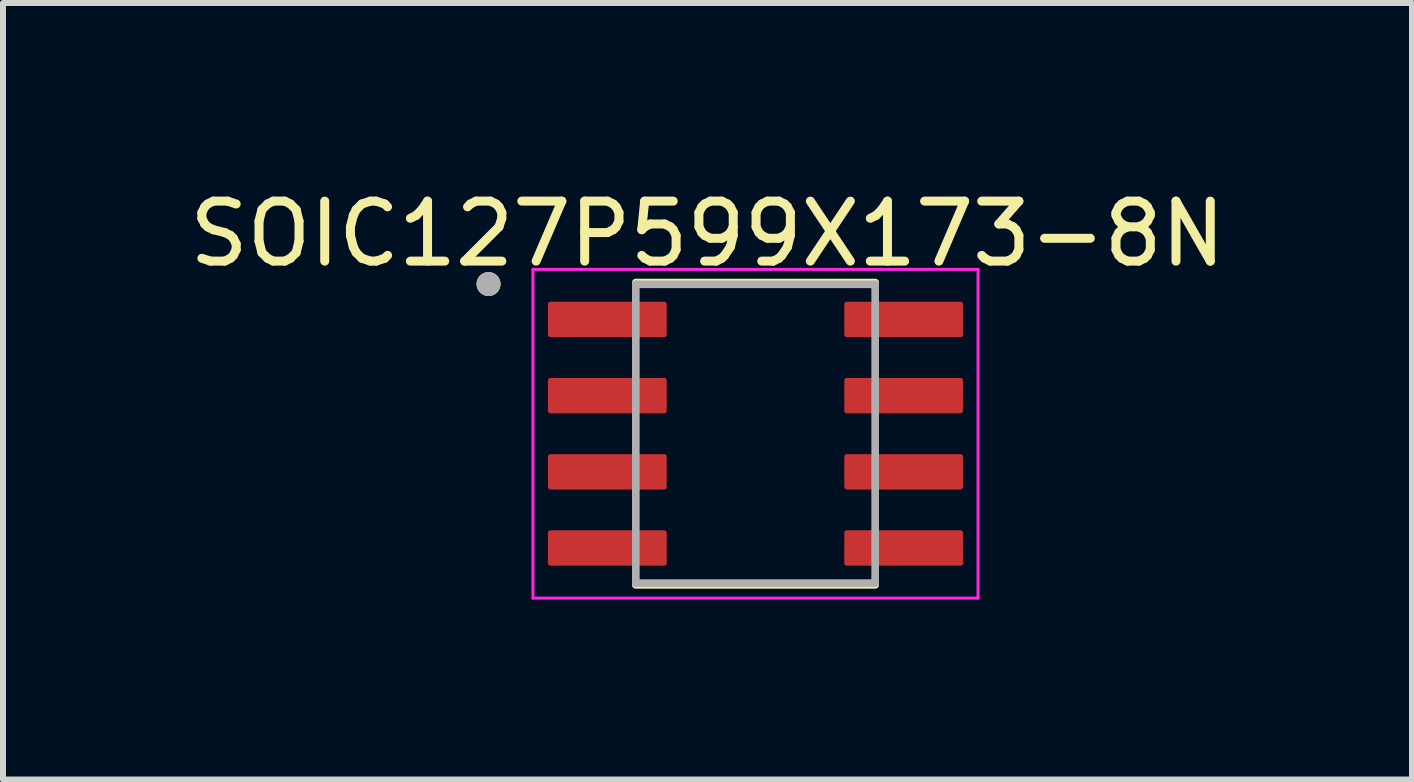
<source format=kicad_pcb>
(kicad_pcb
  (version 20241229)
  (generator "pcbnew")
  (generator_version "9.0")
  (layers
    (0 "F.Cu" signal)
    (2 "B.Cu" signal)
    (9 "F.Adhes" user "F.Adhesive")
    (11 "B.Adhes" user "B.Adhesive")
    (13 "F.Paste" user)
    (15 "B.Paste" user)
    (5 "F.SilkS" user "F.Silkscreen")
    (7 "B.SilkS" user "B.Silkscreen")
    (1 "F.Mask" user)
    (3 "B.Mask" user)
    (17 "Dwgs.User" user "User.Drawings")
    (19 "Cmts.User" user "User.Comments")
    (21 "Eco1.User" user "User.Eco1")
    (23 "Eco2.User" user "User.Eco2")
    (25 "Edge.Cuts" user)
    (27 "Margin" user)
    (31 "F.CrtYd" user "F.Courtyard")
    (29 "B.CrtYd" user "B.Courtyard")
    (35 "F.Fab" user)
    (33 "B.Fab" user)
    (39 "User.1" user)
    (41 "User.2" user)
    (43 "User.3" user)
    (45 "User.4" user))
  (footprint "SOIC127P599X173-8N"
    (layer "F.Cu")
    (at 9.544 4.18)
    (property "Reference" "SOIC127P599X173-8N" (at -0.8 -3.332 0) (layer "F.SilkS") (effects (font (size 1 1) (thickness 0.15))))
    (attr through_hole)
    (fp_line (start -1.995 -2.52) (end 1.995 -2.52) (stroke (width 0.127) (type solid)) (layer "F.SilkS"))
    (fp_line (start -1.995 2.52) (end 1.995 2.52) (stroke (width 0.127) (type solid)) (layer "F.SilkS"))
    (fp_circle (center -4.45 -2.495) (end -4.35 -2.495) (stroke (width 0.2) (type solid)) (fill no) (layer "F.SilkS"))
    (fp_line (start -3.71 -2.74) (end -3.71 2.74) (stroke (width 0.05) (type solid)) (layer "F.CrtYd"))
    (fp_line (start -3.71 -2.74) (end 3.71 -2.74) (stroke (width 0.05) (type solid)) (layer "F.CrtYd"))
    (fp_line (start -3.71 2.74) (end 3.71 2.74) (stroke (width 0.05) (type solid)) (layer "F.CrtYd"))
    (fp_line (start 3.71 -2.74) (end 3.71 2.74) (stroke (width 0.05) (type solid)) (layer "F.CrtYd"))
    (fp_line (start -1.995 -2.49) (end -1.995 2.49) (stroke (width 0.127) (type solid)) (layer "F.Fab"))
    (fp_line (start -1.995 -2.49) (end 1.995 -2.49) (stroke (width 0.127) (type solid)) (layer "F.Fab"))
    (fp_line (start -1.995 2.49) (end 1.995 2.49) (stroke (width 0.127) (type solid)) (layer "F.Fab"))
    (fp_line (start 1.995 -2.49) (end 1.995 2.49) (stroke (width 0.127) (type solid)) (layer "F.Fab"))
    (fp_circle (center -4.45 -2.495) (end -4.35 -2.495) (stroke (width 0.2) (type solid)) (fill no) (layer "F.Fab"))
    (pad "1" smd roundrect (at -2.47 -1.905) (size 1.98 0.59) (layers "F.Cu" "F.Mask" "F.Paste") (roundrect_rratio 0.07))
    (pad "2" smd roundrect (at -2.47 -0.635) (size 1.98 0.59) (layers "F.Cu" "F.Mask" "F.Paste") (roundrect_rratio 0.07))
    (pad "3" smd roundrect (at -2.47 0.635) (size 1.98 0.59) (layers "F.Cu" "F.Mask" "F.Paste") (roundrect_rratio 0.07))
    (pad "4" smd roundrect (at -2.47 1.905) (size 1.98 0.59) (layers "F.Cu" "F.Mask" "F.Paste") (roundrect_rratio 0.07))
    (pad "5" smd roundrect (at 2.47 1.905) (size 1.98 0.59) (layers "F.Cu" "F.Mask" "F.Paste") (roundrect_rratio 0.07))
    (pad "6" smd roundrect (at 2.47 0.635) (size 1.98 0.59) (layers "F.Cu" "F.Mask" "F.Paste") (roundrect_rratio 0.07))
    (pad "7" smd roundrect (at 2.47 -0.635) (size 1.98 0.59) (layers "F.Cu" "F.Mask" "F.Paste") (roundrect_rratio 0.07))
    (pad "8" smd roundrect (at 2.47 -1.905) (size 1.98 0.59) (layers "F.Cu" "F.Mask" "F.Paste") (roundrect_rratio 0.07)))
  (gr_rect
    (start -3 -3)
    (end 20.488 9.945)
    (stroke (width 0.1) (type default))
    (fill no)
    (layer "Edge.Cuts")))
</source>
